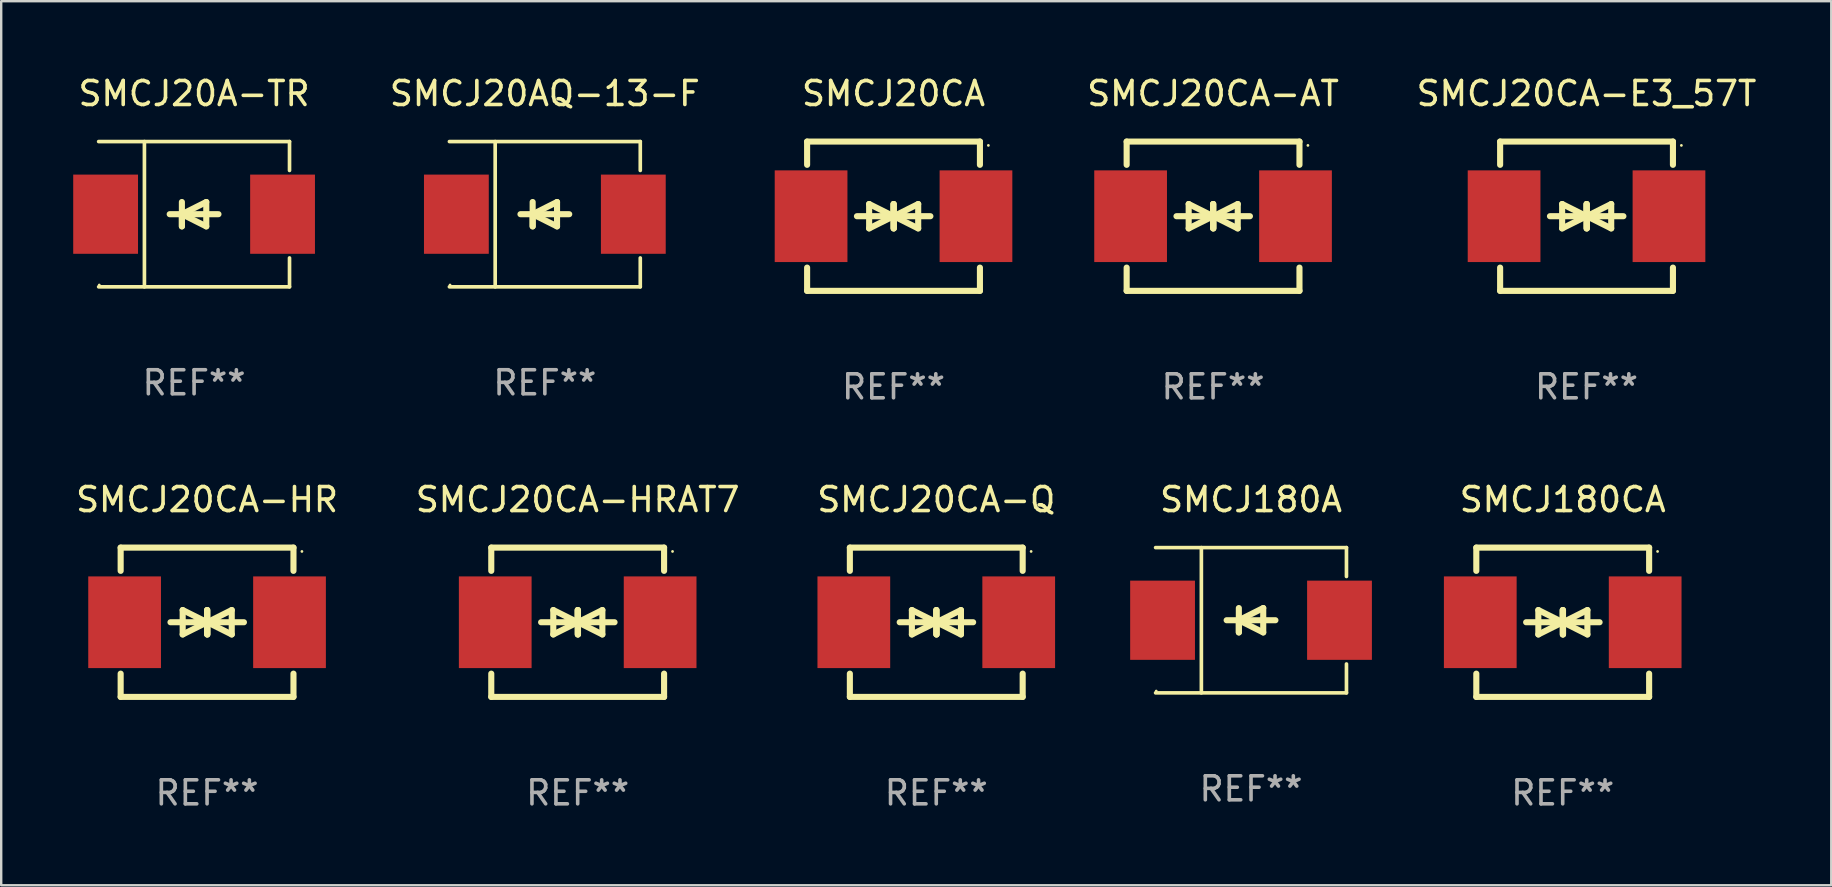
<source format=kicad_pcb>
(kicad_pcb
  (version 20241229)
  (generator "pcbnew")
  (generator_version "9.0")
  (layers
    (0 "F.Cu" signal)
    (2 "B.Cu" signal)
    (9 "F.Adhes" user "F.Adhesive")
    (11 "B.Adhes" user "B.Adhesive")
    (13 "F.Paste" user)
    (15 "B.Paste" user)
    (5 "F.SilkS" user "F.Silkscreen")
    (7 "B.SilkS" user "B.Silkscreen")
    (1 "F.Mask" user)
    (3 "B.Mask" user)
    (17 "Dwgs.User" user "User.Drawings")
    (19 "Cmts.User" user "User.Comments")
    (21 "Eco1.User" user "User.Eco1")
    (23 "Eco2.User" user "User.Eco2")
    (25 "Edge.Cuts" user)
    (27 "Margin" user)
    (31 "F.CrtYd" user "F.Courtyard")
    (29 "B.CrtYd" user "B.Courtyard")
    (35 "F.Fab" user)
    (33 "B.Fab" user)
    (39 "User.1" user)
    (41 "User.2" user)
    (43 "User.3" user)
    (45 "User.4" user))
  (footprint "SMCJ20CA-HRAT7"
    (layer "F.Cu")
    (at 21.018 22.875)
    (property "Reference" "SMCJ20CA-HRAT7" (at 0 -5.11 0) (layer "F.SilkS") (effects (font (size 1 1) (thickness 0.15))))
    (attr through_hole)
    (fp_line (start -3.6 -2.141) (end -3.6 -3.11) (stroke (width 0.254) (type solid)) (layer "F.SilkS"))
    (fp_line (start -3.6 3.11) (end -3.6 2.141) (stroke (width 0.254) (type solid)) (layer "F.SilkS"))
    (fp_line (start -1.524 0) (end 0.508 0) (stroke (width 0.254) (type solid)) (layer "F.SilkS"))
    (fp_line (start -1.016 -0.508) (end -1.016 0.508) (stroke (width 0.254) (type solid)) (layer "F.SilkS"))
    (fp_line (start -1.016 0.508) (end 0 0) (stroke (width 0.254) (type solid)) (layer "F.SilkS"))
    (fp_line (start 0 -0.508) (end 0 0.508) (stroke (width 0.254) (type solid)) (layer "F.SilkS"))
    (fp_line (start 0 0) (end -1.016 -0.508) (stroke (width 0.254) (type solid)) (layer "F.SilkS"))
    (fp_line (start 0 0) (end 0 -0.508) (stroke (width 0.254) (type solid)) (layer "F.SilkS"))
    (fp_line (start 0.012 0) (end 0.012 0.508) (stroke (width 0.254) (type solid)) (layer "F.SilkS"))
    (fp_line (start 0.012 0) (end 1.028 0.508) (stroke (width 0.254) (type solid)) (layer "F.SilkS"))
    (fp_line (start 0.012 0.508) (end 0.012 -0.508) (stroke (width 0.254) (type solid)) (layer "F.SilkS"))
    (fp_line (start 1.028 -0.508) (end 0.012 0) (stroke (width 0.254) (type solid)) (layer "F.SilkS"))
    (fp_line (start 1.028 0.508) (end 1.028 -0.508) (stroke (width 0.254) (type solid)) (layer "F.SilkS"))
    (fp_line (start 1.536 0) (end -0.496 0) (stroke (width 0.254) (type solid)) (layer "F.SilkS"))
    (fp_line (start 3.6 -3.11) (end -3.6 -3.11) (stroke (width 0.254) (type solid)) (layer "F.SilkS"))
    (fp_line (start 3.6 -2.141) (end 3.6 -3.11) (stroke (width 0.254) (type solid)) (layer "F.SilkS"))
    (fp_line (start 3.6 3.11) (end -3.6 3.11) (stroke (width 0.254) (type solid)) (layer "F.SilkS"))
    (fp_line (start 3.6 3.11) (end 3.6 2.141) (stroke (width 0.254) (type solid)) (layer "F.SilkS"))
    (fp_circle (center 3.952 -2.95) (end 3.982 -2.95) (stroke (width 0.06) (type solid)) (fill no) (layer "F.SilkS"))
    (fp_text user "REF**" (at 0 7.11 0) (layer "F.Fab") (effects (font (size 1 1) (thickness 0.15))))
    (pad "1" smd rect (at 3.435 0) (size 3.03 3.82) (layers "F.Cu" "F.Mask" "F.Paste"))
    (pad "2" smd rect (at -3.435 0) (size 3.03 3.82) (layers "F.Cu" "F.Mask" "F.Paste")))
  (footprint "SMCJ20CA"
    (layer "F.Cu")
    (at 34.177 5.958)
    (property "Reference" "SMCJ20CA" (at 0 -5.11 0) (layer "F.SilkS") (effects (font (size 1 1) (thickness 0.15))))
    (attr through_hole)
    (fp_line (start -3.6 -2.141) (end -3.6 -3.11) (stroke (width 0.254) (type solid)) (layer "F.SilkS"))
    (fp_line (start -3.6 3.11) (end -3.6 2.141) (stroke (width 0.254) (type solid)) (layer "F.SilkS"))
    (fp_line (start -1.524 0) (end 0.508 0) (stroke (width 0.254) (type solid)) (layer "F.SilkS"))
    (fp_line (start -1.016 -0.508) (end -1.016 0.508) (stroke (width 0.254) (type solid)) (layer "F.SilkS"))
    (fp_line (start -1.016 0.508) (end 0 0) (stroke (width 0.254) (type solid)) (layer "F.SilkS"))
    (fp_line (start 0 -0.508) (end 0 0.508) (stroke (width 0.254) (type solid)) (layer "F.SilkS"))
    (fp_line (start 0 0) (end -1.016 -0.508) (stroke (width 0.254) (type solid)) (layer "F.SilkS"))
    (fp_line (start 0 0) (end 0 -0.508) (stroke (width 0.254) (type solid)) (layer "F.SilkS"))
    (fp_line (start 0.012 0) (end 0.012 0.508) (stroke (width 0.254) (type solid)) (layer "F.SilkS"))
    (fp_line (start 0.012 0) (end 1.028 0.508) (stroke (width 0.254) (type solid)) (layer "F.SilkS"))
    (fp_line (start 0.012 0.508) (end 0.012 -0.508) (stroke (width 0.254) (type solid)) (layer "F.SilkS"))
    (fp_line (start 1.028 -0.508) (end 0.012 0) (stroke (width 0.254) (type solid)) (layer "F.SilkS"))
    (fp_line (start 1.028 0.508) (end 1.028 -0.508) (stroke (width 0.254) (type solid)) (layer "F.SilkS"))
    (fp_line (start 1.536 0) (end -0.496 0) (stroke (width 0.254) (type solid)) (layer "F.SilkS"))
    (fp_line (start 3.6 -3.11) (end -3.6 -3.11) (stroke (width 0.254) (type solid)) (layer "F.SilkS"))
    (fp_line (start 3.6 -2.141) (end 3.6 -3.11) (stroke (width 0.254) (type solid)) (layer "F.SilkS"))
    (fp_line (start 3.6 3.11) (end -3.6 3.11) (stroke (width 0.254) (type solid)) (layer "F.SilkS"))
    (fp_line (start 3.6 3.11) (end 3.6 2.141) (stroke (width 0.254) (type solid)) (layer "F.SilkS"))
    (fp_circle (center 3.952 -2.95) (end 3.982 -2.95) (stroke (width 0.06) (type solid)) (fill no) (layer "F.SilkS"))
    (fp_text user "REF**" (at 0 7.11 0) (layer "F.Fab") (effects (font (size 1 1) (thickness 0.15))))
    (pad "1" smd rect (at 3.435 0) (size 3.03 3.82) (layers "F.Cu" "F.Mask" "F.Paste"))
    (pad "2" smd rect (at -3.435 0) (size 3.03 3.82) (layers "F.Cu" "F.Mask" "F.Paste")))
  (footprint "SMCJ20CA-HR"
    (layer "F.Cu")
    (at 5.577 22.875)
    (property "Reference" "SMCJ20CA-HR" (at 0 -5.11 0) (layer "F.SilkS") (effects (font (size 1 1) (thickness 0.15))))
    (attr through_hole)
    (fp_line (start -3.6 -2.141) (end -3.6 -3.11) (stroke (width 0.254) (type solid)) (layer "F.SilkS"))
    (fp_line (start -3.6 3.11) (end -3.6 2.141) (stroke (width 0.254) (type solid)) (layer "F.SilkS"))
    (fp_line (start -1.524 0) (end 0.508 0) (stroke (width 0.254) (type solid)) (layer "F.SilkS"))
    (fp_line (start -1.016 -0.508) (end -1.016 0.508) (stroke (width 0.254) (type solid)) (layer "F.SilkS"))
    (fp_line (start -1.016 0.508) (end 0 0) (stroke (width 0.254) (type solid)) (layer "F.SilkS"))
    (fp_line (start 0 -0.508) (end 0 0.508) (stroke (width 0.254) (type solid)) (layer "F.SilkS"))
    (fp_line (start 0 0) (end -1.016 -0.508) (stroke (width 0.254) (type solid)) (layer "F.SilkS"))
    (fp_line (start 0 0) (end 0 -0.508) (stroke (width 0.254) (type solid)) (layer "F.SilkS"))
    (fp_line (start 0.012 0) (end 0.012 0.508) (stroke (width 0.254) (type solid)) (layer "F.SilkS"))
    (fp_line (start 0.012 0) (end 1.028 0.508) (stroke (width 0.254) (type solid)) (layer "F.SilkS"))
    (fp_line (start 0.012 0.508) (end 0.012 -0.508) (stroke (width 0.254) (type solid)) (layer "F.SilkS"))
    (fp_line (start 1.028 -0.508) (end 0.012 0) (stroke (width 0.254) (type solid)) (layer "F.SilkS"))
    (fp_line (start 1.028 0.508) (end 1.028 -0.508) (stroke (width 0.254) (type solid)) (layer "F.SilkS"))
    (fp_line (start 1.536 0) (end -0.496 0) (stroke (width 0.254) (type solid)) (layer "F.SilkS"))
    (fp_line (start 3.6 -3.11) (end -3.6 -3.11) (stroke (width 0.254) (type solid)) (layer "F.SilkS"))
    (fp_line (start 3.6 -2.141) (end 3.6 -3.11) (stroke (width 0.254) (type solid)) (layer "F.SilkS"))
    (fp_line (start 3.6 3.11) (end -3.6 3.11) (stroke (width 0.254) (type solid)) (layer "F.SilkS"))
    (fp_line (start 3.6 3.11) (end 3.6 2.141) (stroke (width 0.254) (type solid)) (layer "F.SilkS"))
    (fp_circle (center 3.952 -2.95) (end 3.982 -2.95) (stroke (width 0.06) (type solid)) (fill no) (layer "F.SilkS"))
    (fp_text user "REF**" (at 0 7.11 0) (layer "F.Fab") (effects (font (size 1 1) (thickness 0.15))))
    (pad "1" smd rect (at 3.435 0) (size 3.03 3.82) (layers "F.Cu" "F.Mask" "F.Paste"))
    (pad "2" smd rect (at -3.435 0) (size 3.03 3.82) (layers "F.Cu" "F.Mask" "F.Paste")))
  (footprint "SMCJ180A"
    (layer "F.Cu")
    (at 49.072 22.791)
    (property "Reference" "SMCJ180A" (at 0 -5.026 0) (layer "F.SilkS") (effects (font (size 1 1) (thickness 0.15))))
    (attr through_hole)
    (fp_line (start -3.976 -3.026) (end 3.976 -3.026) (stroke (width 0.152) (type solid)) (layer "F.SilkS"))
    (fp_line (start -3.976 3.026) (end 3.976 3.026) (stroke (width 0.152) (type solid)) (layer "F.SilkS"))
    (fp_line (start -2.069 -3.026) (end -2.069 3.026) (stroke (width 0.152) (type solid)) (layer "F.SilkS"))
    (fp_line (start -0.508 0) (end -0.508 0.508) (stroke (width 0.254) (type solid)) (layer "F.SilkS"))
    (fp_line (start -0.508 0) (end 0.508 0.508) (stroke (width 0.254) (type solid)) (layer "F.SilkS"))
    (fp_line (start -0.508 0.508) (end -0.508 -0.508) (stroke (width 0.254) (type solid)) (layer "F.SilkS"))
    (fp_line (start 0.508 -0.508) (end -0.508 0) (stroke (width 0.254) (type solid)) (layer "F.SilkS"))
    (fp_line (start 0.508 0.508) (end 0.508 -0.508) (stroke (width 0.254) (type solid)) (layer "F.SilkS"))
    (fp_line (start 1.016 0) (end -1.016 0) (stroke (width 0.254) (type solid)) (layer "F.SilkS"))
    (fp_line (start 3.976 -3.026) (end 3.976 -1.823) (stroke (width 0.152) (type solid)) (layer "F.SilkS"))
    (fp_line (start 3.976 3.026) (end 3.976 1.823) (stroke (width 0.152) (type solid)) (layer "F.SilkS"))
    (fp_circle (center -3.95 2.95) (end -3.92 2.95) (stroke (width 0.06) (type solid)) (fill no) (layer "F.SilkS"))
    (fp_text user "REF**" (at 0 7.026 0) (layer "F.Fab") (effects (font (size 1 1) (thickness 0.15))))
    (pad "1" smd rect (at -3.686 0) (size 2.7 3.3) (layers "F.Cu" "F.Mask" "F.Paste"))
    (pad "2" smd rect (at 3.686 0) (size 2.7 3.3) (layers "F.Cu" "F.Mask" "F.Paste")))
  (footprint "SMCJ20A-TR"
    (layer "F.Cu")
    (at 5.036 5.874)
    (property "Reference" "SMCJ20A-TR" (at 0 -5.026 0) (layer "F.SilkS") (effects (font (size 1 1) (thickness 0.15))))
    (attr through_hole)
    (fp_line (start -3.976 -3.026) (end 3.976 -3.026) (stroke (width 0.152) (type solid)) (layer "F.SilkS"))
    (fp_line (start -3.976 3.026) (end 3.976 3.026) (stroke (width 0.152) (type solid)) (layer "F.SilkS"))
    (fp_line (start -2.069 -3.026) (end -2.069 3.026) (stroke (width 0.152) (type solid)) (layer "F.SilkS"))
    (fp_line (start -0.508 0) (end -0.508 0.508) (stroke (width 0.254) (type solid)) (layer "F.SilkS"))
    (fp_line (start -0.508 0) (end 0.508 0.508) (stroke (width 0.254) (type solid)) (layer "F.SilkS"))
    (fp_line (start -0.508 0.508) (end -0.508 -0.508) (stroke (width 0.254) (type solid)) (layer "F.SilkS"))
    (fp_line (start 0.508 -0.508) (end -0.508 0) (stroke (width 0.254) (type solid)) (layer "F.SilkS"))
    (fp_line (start 0.508 0.508) (end 0.508 -0.508) (stroke (width 0.254) (type solid)) (layer "F.SilkS"))
    (fp_line (start 1.016 0) (end -1.016 0) (stroke (width 0.254) (type solid)) (layer "F.SilkS"))
    (fp_line (start 3.976 -3.026) (end 3.976 -1.823) (stroke (width 0.152) (type solid)) (layer "F.SilkS"))
    (fp_line (start 3.976 3.026) (end 3.976 1.823) (stroke (width 0.152) (type solid)) (layer "F.SilkS"))
    (fp_circle (center -3.95 2.95) (end -3.92 2.95) (stroke (width 0.06) (type solid)) (fill no) (layer "F.SilkS"))
    (fp_text user "REF**" (at 0 7.026 0) (layer "F.Fab") (effects (font (size 1 1) (thickness 0.15))))
    (pad "1" smd rect (at -3.686 0) (size 2.7 3.3) (layers "F.Cu" "F.Mask" "F.Paste"))
    (pad "2" smd rect (at 3.686 0) (size 2.7 3.3) (layers "F.Cu" "F.Mask" "F.Paste")))
  (footprint "SMCJ20CA-AT"
    (layer "F.Cu")
    (at 47.49 5.958)
    (property "Reference" "SMCJ20CA-AT" (at 0 -5.11 0) (layer "F.SilkS") (effects (font (size 1 1) (thickness 0.15))))
    (attr through_hole)
    (fp_line (start -3.6 -2.141) (end -3.6 -3.11) (stroke (width 0.254) (type solid)) (layer "F.SilkS"))
    (fp_line (start -3.6 3.11) (end -3.6 2.141) (stroke (width 0.254) (type solid)) (layer "F.SilkS"))
    (fp_line (start -1.524 0) (end 0.508 0) (stroke (width 0.254) (type solid)) (layer "F.SilkS"))
    (fp_line (start -1.016 -0.508) (end -1.016 0.508) (stroke (width 0.254) (type solid)) (layer "F.SilkS"))
    (fp_line (start -1.016 0.508) (end 0 0) (stroke (width 0.254) (type solid)) (layer "F.SilkS"))
    (fp_line (start 0 -0.508) (end 0 0.508) (stroke (width 0.254) (type solid)) (layer "F.SilkS"))
    (fp_line (start 0 0) (end -1.016 -0.508) (stroke (width 0.254) (type solid)) (layer "F.SilkS"))
    (fp_line (start 0 0) (end 0 -0.508) (stroke (width 0.254) (type solid)) (layer "F.SilkS"))
    (fp_line (start 0.012 0) (end 0.012 0.508) (stroke (width 0.254) (type solid)) (layer "F.SilkS"))
    (fp_line (start 0.012 0) (end 1.028 0.508) (stroke (width 0.254) (type solid)) (layer "F.SilkS"))
    (fp_line (start 0.012 0.508) (end 0.012 -0.508) (stroke (width 0.254) (type solid)) (layer "F.SilkS"))
    (fp_line (start 1.028 -0.508) (end 0.012 0) (stroke (width 0.254) (type solid)) (layer "F.SilkS"))
    (fp_line (start 1.028 0.508) (end 1.028 -0.508) (stroke (width 0.254) (type solid)) (layer "F.SilkS"))
    (fp_line (start 1.536 0) (end -0.496 0) (stroke (width 0.254) (type solid)) (layer "F.SilkS"))
    (fp_line (start 3.6 -3.11) (end -3.6 -3.11) (stroke (width 0.254) (type solid)) (layer "F.SilkS"))
    (fp_line (start 3.6 -2.141) (end 3.6 -3.11) (stroke (width 0.254) (type solid)) (layer "F.SilkS"))
    (fp_line (start 3.6 3.11) (end -3.6 3.11) (stroke (width 0.254) (type solid)) (layer "F.SilkS"))
    (fp_line (start 3.6 3.11) (end 3.6 2.141) (stroke (width 0.254) (type solid)) (layer "F.SilkS"))
    (fp_circle (center 3.952 -2.95) (end 3.982 -2.95) (stroke (width 0.06) (type solid)) (fill no) (layer "F.SilkS"))
    (fp_text user "REF**" (at 0 7.11 0) (layer "F.Fab") (effects (font (size 1 1) (thickness 0.15))))
    (pad "1" smd rect (at 3.435 0) (size 3.03 3.82) (layers "F.Cu" "F.Mask" "F.Paste"))
    (pad "2" smd rect (at -3.435 0) (size 3.03 3.82) (layers "F.Cu" "F.Mask" "F.Paste")))
  (footprint "SMCJ20CA-E3_57T"
    (layer "F.Cu")
    (at 63.05 5.958)
    (property "Reference" "SMCJ20CA-E3_57T" (at 0 -5.11 0) (layer "F.SilkS") (effects (font (size 1 1) (thickness 0.15))))
    (attr through_hole)
    (fp_line (start -3.6 -2.141) (end -3.6 -3.11) (stroke (width 0.254) (type solid)) (layer "F.SilkS"))
    (fp_line (start -3.6 3.11) (end -3.6 2.141) (stroke (width 0.254) (type solid)) (layer "F.SilkS"))
    (fp_line (start -1.524 0) (end 0.508 0) (stroke (width 0.254) (type solid)) (layer "F.SilkS"))
    (fp_line (start -1.016 -0.508) (end -1.016 0.508) (stroke (width 0.254) (type solid)) (layer "F.SilkS"))
    (fp_line (start -1.016 0.508) (end 0 0) (stroke (width 0.254) (type solid)) (layer "F.SilkS"))
    (fp_line (start 0 -0.508) (end 0 0.508) (stroke (width 0.254) (type solid)) (layer "F.SilkS"))
    (fp_line (start 0 0) (end -1.016 -0.508) (stroke (width 0.254) (type solid)) (layer "F.SilkS"))
    (fp_line (start 0 0) (end 0 -0.508) (stroke (width 0.254) (type solid)) (layer "F.SilkS"))
    (fp_line (start 0.012 0) (end 0.012 0.508) (stroke (width 0.254) (type solid)) (layer "F.SilkS"))
    (fp_line (start 0.012 0) (end 1.028 0.508) (stroke (width 0.254) (type solid)) (layer "F.SilkS"))
    (fp_line (start 0.012 0.508) (end 0.012 -0.508) (stroke (width 0.254) (type solid)) (layer "F.SilkS"))
    (fp_line (start 1.028 -0.508) (end 0.012 0) (stroke (width 0.254) (type solid)) (layer "F.SilkS"))
    (fp_line (start 1.028 0.508) (end 1.028 -0.508) (stroke (width 0.254) (type solid)) (layer "F.SilkS"))
    (fp_line (start 1.536 0) (end -0.496 0) (stroke (width 0.254) (type solid)) (layer "F.SilkS"))
    (fp_line (start 3.6 -3.11) (end -3.6 -3.11) (stroke (width 0.254) (type solid)) (layer "F.SilkS"))
    (fp_line (start 3.6 -2.141) (end 3.6 -3.11) (stroke (width 0.254) (type solid)) (layer "F.SilkS"))
    (fp_line (start 3.6 3.11) (end -3.6 3.11) (stroke (width 0.254) (type solid)) (layer "F.SilkS"))
    (fp_line (start 3.6 3.11) (end 3.6 2.141) (stroke (width 0.254) (type solid)) (layer "F.SilkS"))
    (fp_circle (center 3.952 -2.95) (end 3.982 -2.95) (stroke (width 0.06) (type solid)) (fill no) (layer "F.SilkS"))
    (fp_text user "REF**" (at 0 7.11 0) (layer "F.Fab") (effects (font (size 1 1) (thickness 0.15))))
    (pad "1" smd rect (at 3.435 0) (size 3.03 3.82) (layers "F.Cu" "F.Mask" "F.Paste"))
    (pad "2" smd rect (at -3.435 0) (size 3.03 3.82) (layers "F.Cu" "F.Mask" "F.Paste")))
  (footprint "SMCJ180CA"
    (layer "F.Cu")
    (at 62.058 22.875)
    (property "Reference" "SMCJ180CA" (at 0 -5.11 0) (layer "F.SilkS") (effects (font (size 1 1) (thickness 0.15))))
    (attr through_hole)
    (fp_line (start -3.6 -2.141) (end -3.6 -3.11) (stroke (width 0.254) (type solid)) (layer "F.SilkS"))
    (fp_line (start -3.6 3.11) (end -3.6 2.141) (stroke (width 0.254) (type solid)) (layer "F.SilkS"))
    (fp_line (start -1.524 0) (end 0.508 0) (stroke (width 0.254) (type solid)) (layer "F.SilkS"))
    (fp_line (start -1.016 -0.508) (end -1.016 0.508) (stroke (width 0.254) (type solid)) (layer "F.SilkS"))
    (fp_line (start -1.016 0.508) (end 0 0) (stroke (width 0.254) (type solid)) (layer "F.SilkS"))
    (fp_line (start 0 -0.508) (end 0 0.508) (stroke (width 0.254) (type solid)) (layer "F.SilkS"))
    (fp_line (start 0 0) (end -1.016 -0.508) (stroke (width 0.254) (type solid)) (layer "F.SilkS"))
    (fp_line (start 0 0) (end 0 -0.508) (stroke (width 0.254) (type solid)) (layer "F.SilkS"))
    (fp_line (start 0.012 0) (end 0.012 0.508) (stroke (width 0.254) (type solid)) (layer "F.SilkS"))
    (fp_line (start 0.012 0) (end 1.028 0.508) (stroke (width 0.254) (type solid)) (layer "F.SilkS"))
    (fp_line (start 0.012 0.508) (end 0.012 -0.508) (stroke (width 0.254) (type solid)) (layer "F.SilkS"))
    (fp_line (start 1.028 -0.508) (end 0.012 0) (stroke (width 0.254) (type solid)) (layer "F.SilkS"))
    (fp_line (start 1.028 0.508) (end 1.028 -0.508) (stroke (width 0.254) (type solid)) (layer "F.SilkS"))
    (fp_line (start 1.536 0) (end -0.496 0) (stroke (width 0.254) (type solid)) (layer "F.SilkS"))
    (fp_line (start 3.6 -3.11) (end -3.6 -3.11) (stroke (width 0.254) (type solid)) (layer "F.SilkS"))
    (fp_line (start 3.6 -2.141) (end 3.6 -3.11) (stroke (width 0.254) (type solid)) (layer "F.SilkS"))
    (fp_line (start 3.6 3.11) (end -3.6 3.11) (stroke (width 0.254) (type solid)) (layer "F.SilkS"))
    (fp_line (start 3.6 3.11) (end 3.6 2.141) (stroke (width 0.254) (type solid)) (layer "F.SilkS"))
    (fp_circle (center 3.952 -2.95) (end 3.982 -2.95) (stroke (width 0.06) (type solid)) (fill no) (layer "F.SilkS"))
    (fp_text user "REF**" (at 0 7.11 0) (layer "F.Fab") (effects (font (size 1 1) (thickness 0.15))))
    (pad "1" smd rect (at 3.435 0) (size 3.03 3.82) (layers "F.Cu" "F.Mask" "F.Paste"))
    (pad "2" smd rect (at -3.435 0) (size 3.03 3.82) (layers "F.Cu" "F.Mask" "F.Paste")))
  (footprint "SMCJ20CA-Q"
    (layer "F.Cu")
    (at 35.958 22.875)
    (property "Reference" "SMCJ20CA-Q" (at 0 -5.11 0) (layer "F.SilkS") (effects (font (size 1 1) (thickness 0.15))))
    (attr through_hole)
    (fp_line (start -3.6 -2.141) (end -3.6 -3.11) (stroke (width 0.254) (type solid)) (layer "F.SilkS"))
    (fp_line (start -3.6 3.11) (end -3.6 2.141) (stroke (width 0.254) (type solid)) (layer "F.SilkS"))
    (fp_line (start -1.524 0) (end 0.508 0) (stroke (width 0.254) (type solid)) (layer "F.SilkS"))
    (fp_line (start -1.016 -0.508) (end -1.016 0.508) (stroke (width 0.254) (type solid)) (layer "F.SilkS"))
    (fp_line (start -1.016 0.508) (end 0 0) (stroke (width 0.254) (type solid)) (layer "F.SilkS"))
    (fp_line (start 0 -0.508) (end 0 0.508) (stroke (width 0.254) (type solid)) (layer "F.SilkS"))
    (fp_line (start 0 0) (end -1.016 -0.508) (stroke (width 0.254) (type solid)) (layer "F.SilkS"))
    (fp_line (start 0 0) (end 0 -0.508) (stroke (width 0.254) (type solid)) (layer "F.SilkS"))
    (fp_line (start 0.012 0) (end 0.012 0.508) (stroke (width 0.254) (type solid)) (layer "F.SilkS"))
    (fp_line (start 0.012 0) (end 1.028 0.508) (stroke (width 0.254) (type solid)) (layer "F.SilkS"))
    (fp_line (start 0.012 0.508) (end 0.012 -0.508) (stroke (width 0.254) (type solid)) (layer "F.SilkS"))
    (fp_line (start 1.028 -0.508) (end 0.012 0) (stroke (width 0.254) (type solid)) (layer "F.SilkS"))
    (fp_line (start 1.028 0.508) (end 1.028 -0.508) (stroke (width 0.254) (type solid)) (layer "F.SilkS"))
    (fp_line (start 1.536 0) (end -0.496 0) (stroke (width 0.254) (type solid)) (layer "F.SilkS"))
    (fp_line (start 3.6 -3.11) (end -3.6 -3.11) (stroke (width 0.254) (type solid)) (layer "F.SilkS"))
    (fp_line (start 3.6 -2.141) (end 3.6 -3.11) (stroke (width 0.254) (type solid)) (layer "F.SilkS"))
    (fp_line (start 3.6 3.11) (end -3.6 3.11) (stroke (width 0.254) (type solid)) (layer "F.SilkS"))
    (fp_line (start 3.6 3.11) (end 3.6 2.141) (stroke (width 0.254) (type solid)) (layer "F.SilkS"))
    (fp_circle (center 3.952 -2.95) (end 3.982 -2.95) (stroke (width 0.06) (type solid)) (fill no) (layer "F.SilkS"))
    (fp_text user "REF**" (at 0 7.11 0) (layer "F.Fab") (effects (font (size 1 1) (thickness 0.15))))
    (pad "1" smd rect (at 3.435 0) (size 3.03 3.82) (layers "F.Cu" "F.Mask" "F.Paste"))
    (pad "2" smd rect (at -3.435 0) (size 3.03 3.82) (layers "F.Cu" "F.Mask" "F.Paste")))
  (footprint "SMCJ20AQ-13-F"
    (layer "F.Cu")
    (at 19.65 5.874)
    (property "Reference" "SMCJ20AQ-13-F" (at 0 -5.026 0) (layer "F.SilkS") (effects (font (size 1 1) (thickness 0.15))))
    (attr through_hole)
    (fp_line (start -3.976 -3.026) (end 3.976 -3.026) (stroke (width 0.152) (type solid)) (layer "F.SilkS"))
    (fp_line (start -3.976 3.026) (end 3.976 3.026) (stroke (width 0.152) (type solid)) (layer "F.SilkS"))
    (fp_line (start -2.069 -3.026) (end -2.069 3.026) (stroke (width 0.152) (type solid)) (layer "F.SilkS"))
    (fp_line (start -0.508 0) (end -0.508 0.508) (stroke (width 0.254) (type solid)) (layer "F.SilkS"))
    (fp_line (start -0.508 0) (end 0.508 0.508) (stroke (width 0.254) (type solid)) (layer "F.SilkS"))
    (fp_line (start -0.508 0.508) (end -0.508 -0.508) (stroke (width 0.254) (type solid)) (layer "F.SilkS"))
    (fp_line (start 0.508 -0.508) (end -0.508 0) (stroke (width 0.254) (type solid)) (layer "F.SilkS"))
    (fp_line (start 0.508 0.508) (end 0.508 -0.508) (stroke (width 0.254) (type solid)) (layer "F.SilkS"))
    (fp_line (start 1.016 0) (end -1.016 0) (stroke (width 0.254) (type solid)) (layer "F.SilkS"))
    (fp_line (start 3.976 -3.026) (end 3.976 -1.823) (stroke (width 0.152) (type solid)) (layer "F.SilkS"))
    (fp_line (start 3.976 3.026) (end 3.976 1.823) (stroke (width 0.152) (type solid)) (layer "F.SilkS"))
    (fp_circle (center -3.95 2.95) (end -3.92 2.95) (stroke (width 0.06) (type solid)) (fill no) (layer "F.SilkS"))
    (fp_text user "REF**" (at 0 7.026 0) (layer "F.Fab") (effects (font (size 1 1) (thickness 0.15))))
    (pad "1" smd rect (at -3.686 0) (size 2.7 3.3) (layers "F.Cu" "F.Mask" "F.Paste"))
    (pad "2" smd rect (at 3.686 0) (size 2.7 3.3) (layers "F.Cu" "F.Mask" "F.Paste")))
  (gr_rect
    (start -3 -3)
    (end 73.246 33.833)
    (stroke (width 0.1) (type default))
    (fill no)
    (layer "Edge.Cuts")))
</source>
